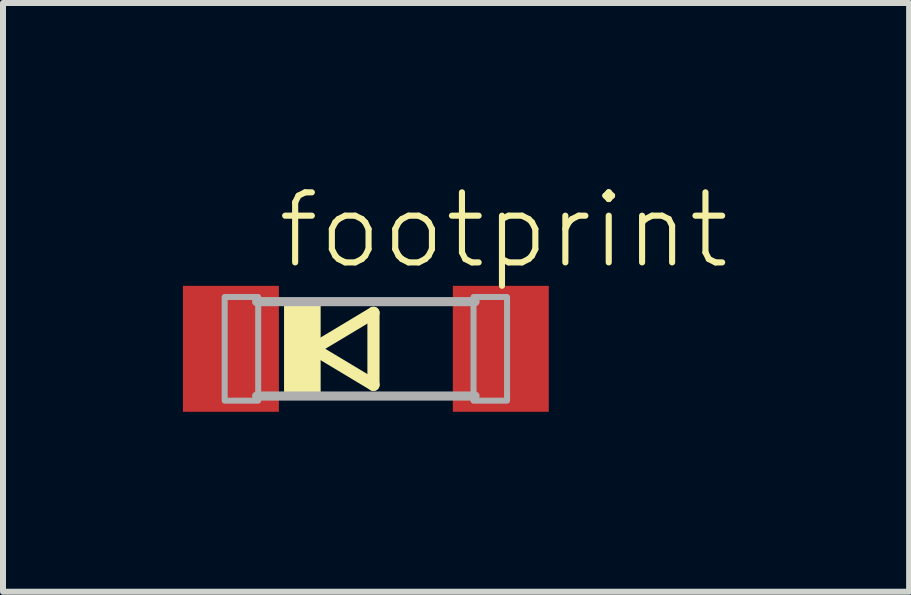
<source format=kicad_pcb>
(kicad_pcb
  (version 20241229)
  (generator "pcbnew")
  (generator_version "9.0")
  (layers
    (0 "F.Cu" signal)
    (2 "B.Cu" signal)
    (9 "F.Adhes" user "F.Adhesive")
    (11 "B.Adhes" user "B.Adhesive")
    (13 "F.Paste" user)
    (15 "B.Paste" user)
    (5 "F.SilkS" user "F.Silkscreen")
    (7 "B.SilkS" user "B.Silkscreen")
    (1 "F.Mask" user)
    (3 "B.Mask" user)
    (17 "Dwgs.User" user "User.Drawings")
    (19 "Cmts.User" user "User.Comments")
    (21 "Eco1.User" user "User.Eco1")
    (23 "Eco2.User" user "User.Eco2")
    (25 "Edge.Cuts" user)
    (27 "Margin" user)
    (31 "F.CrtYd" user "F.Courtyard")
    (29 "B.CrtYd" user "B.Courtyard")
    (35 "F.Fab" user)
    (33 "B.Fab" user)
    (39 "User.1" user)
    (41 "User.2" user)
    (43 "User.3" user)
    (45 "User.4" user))
  (footprint "footprint"
    (layer "F.Cu")
    (at 3.05 2.766)
    (property "Reference" "footprint" (at -1.524 -1.293 0) (layer "F.SilkS") (effects (font (size 1.168 1.168) (thickness 0.102)) (justify left bottom)))
    (fp_line (start -0.873 0) (end 0.127 0.6) (stroke (width 0.203) (type solid)) (layer "F.SilkS"))
    (fp_line (start 0.127 -0.6) (end -0.873 0) (stroke (width 0.203) (type solid)) (layer "F.SilkS"))
    (fp_line (start 0.127 0.6) (end 0.127 -0.6) (stroke (width 0.203) (type solid)) (layer "F.SilkS"))
    (fp_poly (pts (xy -1.364 0.787) (xy -0.754 0.787) (xy -0.754 -0.787) (xy -1.364 -0.787)) (stroke (width 0) (type solid)) (fill yes) (layer "F.SilkS"))
    (fp_line (start 1.821 -0.787) (end -1.821 -0.787) (stroke (width 0.152) (type solid)) (layer "F.Fab"))
    (fp_line (start 1.821 0.787) (end -1.821 0.787) (stroke (width 0.152) (type solid)) (layer "F.Fab"))
    (fp_poly (pts (xy -2.354 0.864) (xy -1.795 0.864) (xy -1.795 -0.864) (xy -2.354 -0.864)) (stroke (width 0.1) (type solid)) (fill no) (layer "F.Fab"))
    (fp_poly (pts (xy 1.795 0.864) (xy 2.354 0.864) (xy 2.354 -0.864) (xy 1.795 -0.864)) (stroke (width 0.1) (type solid)) (fill no) (layer "F.Fab"))
    (pad "A" smd rect (at 2.25 0) (size 1.6 2.1) (layers "F.Cu" "F.Mask" "F.Paste"))
    (pad "C" smd rect (at -2.25 0) (size 1.6 2.1) (layers "F.Cu" "F.Mask" "F.Paste")))
  (gr_rect
    (start -3 -3)
    (end 12.108 6.816)
    (stroke (width 0.1) (type default))
    (fill no)
    (layer "Edge.Cuts")))
</source>
